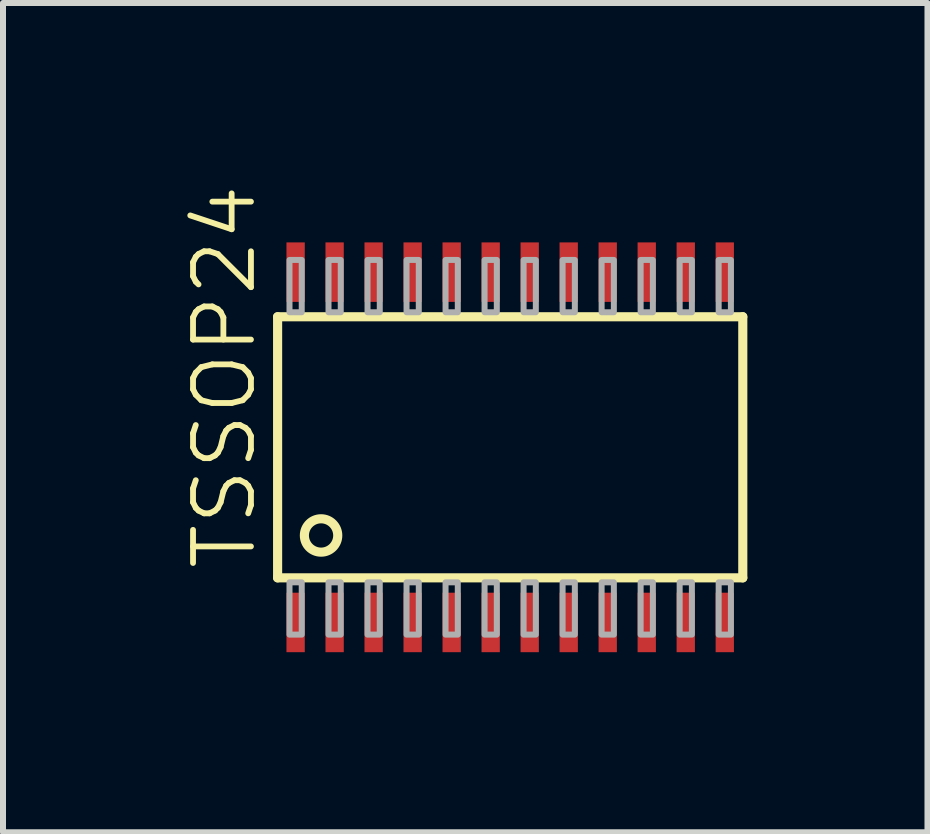
<source format=kicad_pcb>
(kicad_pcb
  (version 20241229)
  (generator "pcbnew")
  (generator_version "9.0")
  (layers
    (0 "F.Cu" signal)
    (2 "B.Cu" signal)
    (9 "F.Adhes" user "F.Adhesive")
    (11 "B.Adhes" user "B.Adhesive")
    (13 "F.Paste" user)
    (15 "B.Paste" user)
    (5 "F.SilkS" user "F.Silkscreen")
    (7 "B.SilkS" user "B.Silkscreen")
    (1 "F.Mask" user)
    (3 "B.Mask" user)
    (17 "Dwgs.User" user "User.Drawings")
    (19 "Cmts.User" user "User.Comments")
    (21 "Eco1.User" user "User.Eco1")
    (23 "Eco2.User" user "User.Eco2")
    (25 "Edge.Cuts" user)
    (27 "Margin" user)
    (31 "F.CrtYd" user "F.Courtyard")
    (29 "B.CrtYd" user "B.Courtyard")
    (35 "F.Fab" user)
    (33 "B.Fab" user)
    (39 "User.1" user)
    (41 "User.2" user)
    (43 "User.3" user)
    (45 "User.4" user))
  (footprint "TSSOP24"
    (layer "F.Cu")
    (at 5.45 4.402)
    (property "Reference" "TSSOP24" (at -4.196 2.083 270) (layer "F.SilkS") (effects (font (size 0.965 0.965) (thickness 0.097)) (justify left bottom)))
    (attr through_hole)
    (fp_line (start -3.875 2.175) (end -3.875 -2.175) (stroke (width 0.152) (type solid)) (layer "F.SilkS"))
    (fp_line (start -3.875 2.175) (end 3.875 2.175) (stroke (width 0.152) (type solid)) (layer "F.SilkS"))
    (fp_line (start 3.875 -2.175) (end -3.875 -2.175) (stroke (width 0.152) (type solid)) (layer "F.SilkS"))
    (fp_line (start 3.875 -2.175) (end 3.875 2.175) (stroke (width 0.152) (type solid)) (layer "F.SilkS"))
    (fp_circle (center -3.151 1.469) (end -2.873 1.469) (stroke (width 0.152) (type solid)) (fill no) (layer "F.SilkS"))
    (fp_poly (pts (xy -3.677 -2.25) (xy -3.473 -2.25) (xy -3.473 -3.121) (xy -3.677 -3.121)) (stroke (width 0.1) (type solid)) (fill no) (layer "F.Fab"))
    (fp_poly (pts (xy -3.677 3.121) (xy -3.473 3.121) (xy -3.473 2.25) (xy -3.677 2.25)) (stroke (width 0.1) (type solid)) (fill no) (layer "F.Fab"))
    (fp_poly (pts (xy -3.027 -2.25) (xy -2.823 -2.25) (xy -2.823 -3.121) (xy -3.027 -3.121)) (stroke (width 0.1) (type solid)) (fill no) (layer "F.Fab"))
    (fp_poly (pts (xy -3.027 3.121) (xy -2.823 3.121) (xy -2.823 2.25) (xy -3.027 2.25)) (stroke (width 0.1) (type solid)) (fill no) (layer "F.Fab"))
    (fp_poly (pts (xy -2.377 -2.25) (xy -2.173 -2.25) (xy -2.173 -3.121) (xy -2.377 -3.121)) (stroke (width 0.1) (type solid)) (fill no) (layer "F.Fab"))
    (fp_poly (pts (xy -2.377 3.121) (xy -2.173 3.121) (xy -2.173 2.25) (xy -2.377 2.25)) (stroke (width 0.1) (type solid)) (fill no) (layer "F.Fab"))
    (fp_poly (pts (xy -1.727 -2.25) (xy -1.523 -2.25) (xy -1.523 -3.121) (xy -1.727 -3.121)) (stroke (width 0.1) (type solid)) (fill no) (layer "F.Fab"))
    (fp_poly (pts (xy -1.727 3.121) (xy -1.523 3.121) (xy -1.523 2.25) (xy -1.727 2.25)) (stroke (width 0.1) (type solid)) (fill no) (layer "F.Fab"))
    (fp_poly (pts (xy -1.077 -2.25) (xy -0.873 -2.25) (xy -0.873 -3.121) (xy -1.077 -3.121)) (stroke (width 0.1) (type solid)) (fill no) (layer "F.Fab"))
    (fp_poly (pts (xy -1.077 3.121) (xy -0.873 3.121) (xy -0.873 2.25) (xy -1.077 2.25)) (stroke (width 0.1) (type solid)) (fill no) (layer "F.Fab"))
    (fp_poly (pts (xy -0.427 -2.25) (xy -0.223 -2.25) (xy -0.223 -3.121) (xy -0.427 -3.121)) (stroke (width 0.1) (type solid)) (fill no) (layer "F.Fab"))
    (fp_poly (pts (xy -0.427 3.121) (xy -0.223 3.121) (xy -0.223 2.25) (xy -0.427 2.25)) (stroke (width 0.1) (type solid)) (fill no) (layer "F.Fab"))
    (fp_poly (pts (xy 0.223 -2.25) (xy 0.427 -2.25) (xy 0.427 -3.121) (xy 0.223 -3.121)) (stroke (width 0.1) (type solid)) (fill no) (layer "F.Fab"))
    (fp_poly (pts (xy 0.223 3.121) (xy 0.427 3.121) (xy 0.427 2.25) (xy 0.223 2.25)) (stroke (width 0.1) (type solid)) (fill no) (layer "F.Fab"))
    (fp_poly (pts (xy 0.873 -2.25) (xy 1.077 -2.25) (xy 1.077 -3.121) (xy 0.873 -3.121)) (stroke (width 0.1) (type solid)) (fill no) (layer "F.Fab"))
    (fp_poly (pts (xy 0.873 3.121) (xy 1.077 3.121) (xy 1.077 2.25) (xy 0.873 2.25)) (stroke (width 0.1) (type solid)) (fill no) (layer "F.Fab"))
    (fp_poly (pts (xy 1.523 -2.25) (xy 1.727 -2.25) (xy 1.727 -3.121) (xy 1.523 -3.121)) (stroke (width 0.1) (type solid)) (fill no) (layer "F.Fab"))
    (fp_poly (pts (xy 1.523 3.121) (xy 1.727 3.121) (xy 1.727 2.25) (xy 1.523 2.25)) (stroke (width 0.1) (type solid)) (fill no) (layer "F.Fab"))
    (fp_poly (pts (xy 2.173 -2.25) (xy 2.377 -2.25) (xy 2.377 -3.121) (xy 2.173 -3.121)) (stroke (width 0.1) (type solid)) (fill no) (layer "F.Fab"))
    (fp_poly (pts (xy 2.173 3.121) (xy 2.377 3.121) (xy 2.377 2.25) (xy 2.173 2.25)) (stroke (width 0.1) (type solid)) (fill no) (layer "F.Fab"))
    (fp_poly (pts (xy 2.823 -2.25) (xy 3.027 -2.25) (xy 3.027 -3.121) (xy 2.823 -3.121)) (stroke (width 0.1) (type solid)) (fill no) (layer "F.Fab"))
    (fp_poly (pts (xy 2.823 3.121) (xy 3.027 3.121) (xy 3.027 2.25) (xy 2.823 2.25)) (stroke (width 0.1) (type solid)) (fill no) (layer "F.Fab"))
    (fp_poly (pts (xy 3.473 -2.25) (xy 3.677 -2.25) (xy 3.677 -3.121) (xy 3.473 -3.121)) (stroke (width 0.1) (type solid)) (fill no) (layer "F.Fab"))
    (fp_poly (pts (xy 3.473 3.121) (xy 3.677 3.121) (xy 3.677 2.25) (xy 3.473 2.25)) (stroke (width 0.1) (type solid)) (fill no) (layer "F.Fab"))
    (pad "1" smd rect (at -3.575 2.918) (size 0.305 0.991) (layers "F.Cu" "F.Mask" "F.Paste"))
    (pad "2" smd rect (at -2.925 2.918) (size 0.305 0.991) (layers "F.Cu" "F.Mask" "F.Paste"))
    (pad "3" smd rect (at -2.275 2.918) (size 0.305 0.991) (layers "F.Cu" "F.Mask" "F.Paste"))
    (pad "4" smd rect (at -1.625 2.918) (size 0.305 0.991) (layers "F.Cu" "F.Mask" "F.Paste"))
    (pad "5" smd rect (at -0.975 2.918) (size 0.305 0.991) (layers "F.Cu" "F.Mask" "F.Paste"))
    (pad "6" smd rect (at -0.325 2.918) (size 0.305 0.991) (layers "F.Cu" "F.Mask" "F.Paste"))
    (pad "7" smd rect (at 0.325 2.918) (size 0.305 0.991) (layers "F.Cu" "F.Mask" "F.Paste"))
    (pad "8" smd rect (at 0.975 2.918) (size 0.305 0.991) (layers "F.Cu" "F.Mask" "F.Paste"))
    (pad "9" smd rect (at 1.625 2.918) (size 0.305 0.991) (layers "F.Cu" "F.Mask" "F.Paste"))
    (pad "10" smd rect (at 2.275 2.918) (size 0.305 0.991) (layers "F.Cu" "F.Mask" "F.Paste"))
    (pad "11" smd rect (at 2.925 2.918) (size 0.305 0.991) (layers "F.Cu" "F.Mask" "F.Paste"))
    (pad "12" smd rect (at 3.575 2.918) (size 0.305 0.991) (layers "F.Cu" "F.Mask" "F.Paste"))
    (pad "13" smd rect (at 3.575 -2.918) (size 0.305 0.991) (layers "F.Cu" "F.Mask" "F.Paste"))
    (pad "14" smd rect (at 2.925 -2.918) (size 0.305 0.991) (layers "F.Cu" "F.Mask" "F.Paste"))
    (pad "15" smd rect (at 2.275 -2.918) (size 0.305 0.991) (layers "F.Cu" "F.Mask" "F.Paste"))
    (pad "16" smd rect (at 1.625 -2.918) (size 0.305 0.991) (layers "F.Cu" "F.Mask" "F.Paste"))
    (pad "17" smd rect (at 0.975 -2.918) (size 0.305 0.991) (layers "F.Cu" "F.Mask" "F.Paste"))
    (pad "18" smd rect (at 0.325 -2.918) (size 0.305 0.991) (layers "F.Cu" "F.Mask" "F.Paste"))
    (pad "19" smd rect (at -0.325 -2.918) (size 0.305 0.991) (layers "F.Cu" "F.Mask" "F.Paste"))
    (pad "20" smd rect (at -0.975 -2.918) (size 0.305 0.991) (layers "F.Cu" "F.Mask" "F.Paste"))
    (pad "21" smd rect (at -1.625 -2.918) (size 0.305 0.991) (layers "F.Cu" "F.Mask" "F.Paste"))
    (pad "22" smd rect (at -2.275 -2.918) (size 0.305 0.991) (layers "F.Cu" "F.Mask" "F.Paste"))
    (pad "23" smd rect (at -2.925 -2.918) (size 0.305 0.991) (layers "F.Cu" "F.Mask" "F.Paste"))
    (pad "24" smd rect (at -3.575 -2.918) (size 0.305 0.991) (layers "F.Cu" "F.Mask" "F.Paste")))
  (gr_rect
    (start -3 -3)
    (end 12.402 10.816)
    (stroke (width 0.1) (type default))
    (fill no)
    (layer "Edge.Cuts")))
</source>
